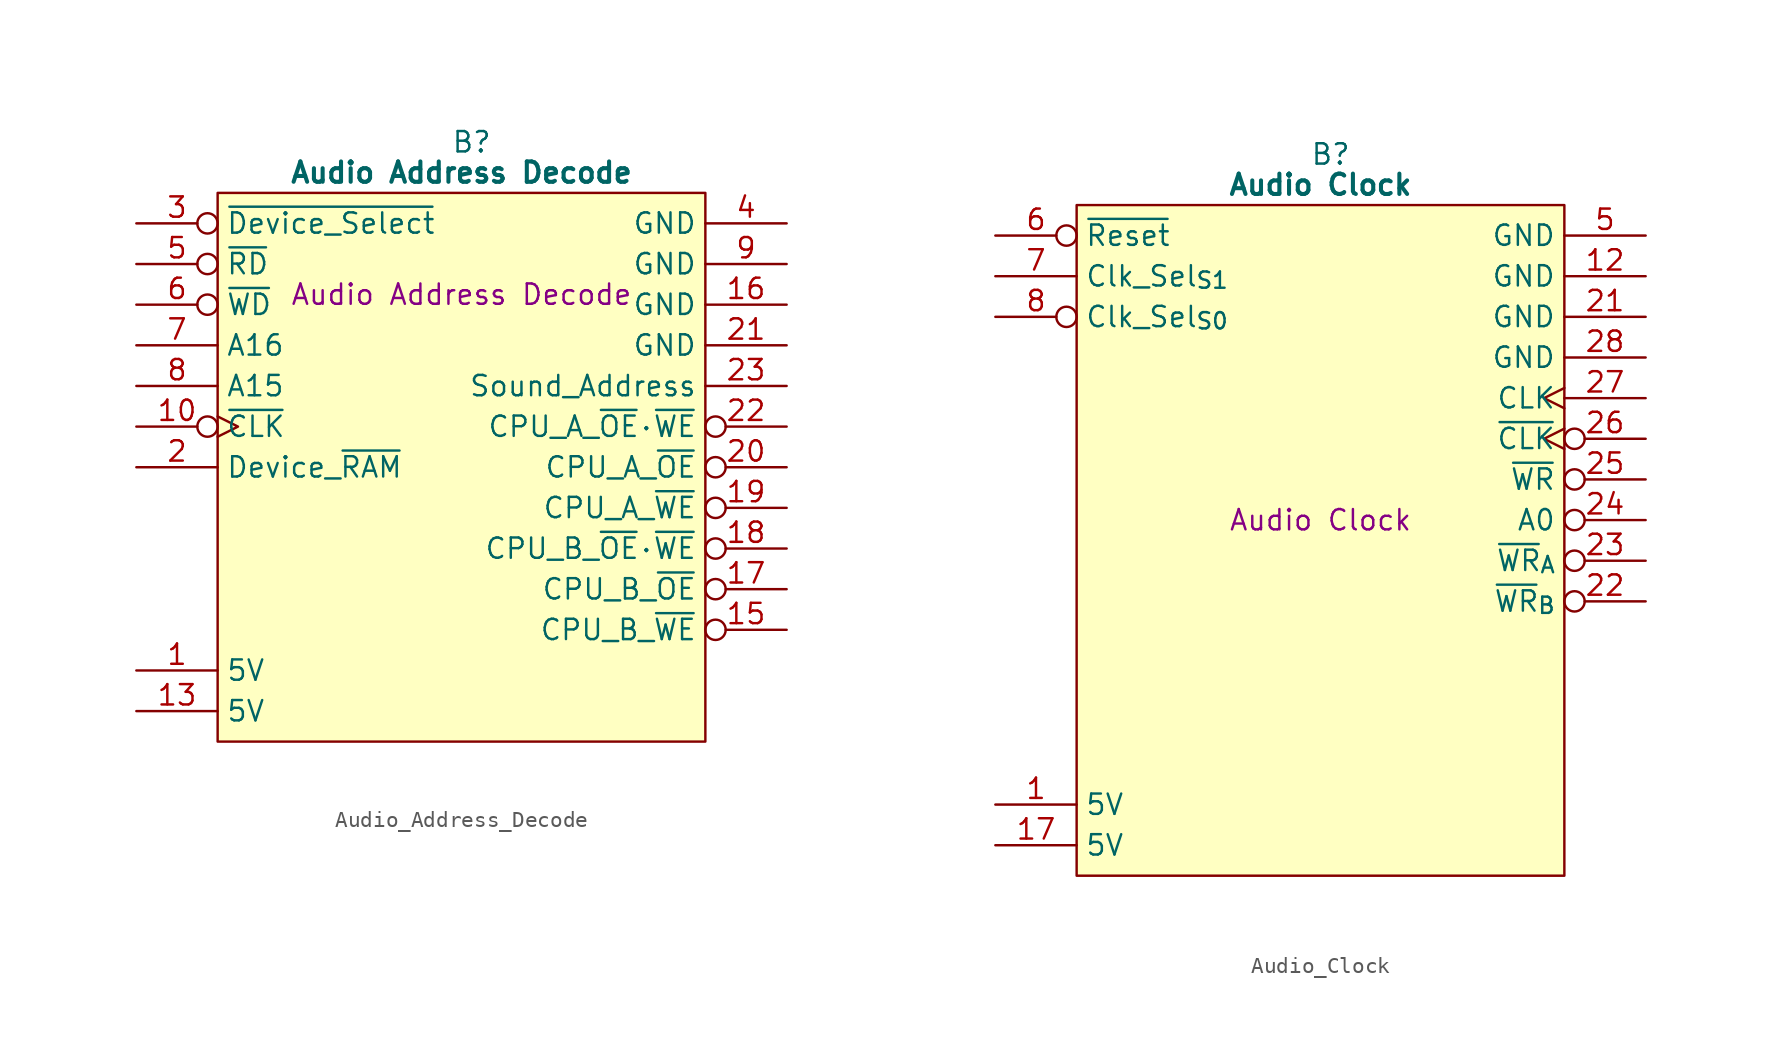
<source format=kicad_sym>
(kicad_symbol_lib
  (version 20241209)
  (generator "kicad_symbol_editor")
  (generator_version "9.0")
  (symbol "Audio_Address_Decode"
    (property "Reference" "B"
      (at 15.875 5.08 0)
      (effects (font (size 1.27 1.27))))
    (property "Value" "Audio Address Decode"
      (at 15.24 3.175 0)
      (effects (font (size 1.27 1.27) (bold yes))))
    (property "Description" "Audio Address Decode"
      (at 15.24 -4.445 0)
      (effects (font (size 1.27 1.27))))
    (symbol "Audio_Address_Decode_0_1"
      (polyline (pts (xy 0 1.905) (xy 30.48 1.905) (xy 30.48 -32.385) (xy 0 -32.385) (xy 0 1.905)) (stroke (width 0.152) (type default)) (fill (type background))))
    (symbol "Audio_Address_Decode_1_1"
      (pin input inverted (at -5.08 0 0) (length 5.08) (name "~{Device_Select}" (effects (font (size 1.27 1.27)))) (number "3" (effects (font (size 1.27 1.27)))))
      (pin input inverted (at -5.08 -2.54 0) (length 5.08) (name "~{RD}" (effects (font (size 1.27 1.27)))) (number "5" (effects (font (size 1.27 1.27)))))
      (pin input inverted (at -5.08 -5.08 0) (length 5.08) (name "~{WD}" (effects (font (size 1.27 1.27)))) (number "6" (effects (font (size 1.27 1.27)))))
      (pin input line (at -5.08 -7.62 0) (length 5.08) (name "A16" (effects (font (size 1.27 1.27)))) (number "7" (effects (font (size 1.27 1.27)))))
      (pin input line (at -5.08 -10.16 0) (length 5.08) (name "A15" (effects (font (size 1.27 1.27)))) (number "8" (effects (font (size 1.27 1.27)))))
      (pin input inverted_clock (at -5.08 -12.7 0) (length 5.08) (name "~{CLK}" (effects (font (size 1.27 1.27)))) (number "10" (effects (font (size 1.27 1.27)))))
      (pin input line (at -5.08 -15.24 0) (length 5.08) (name "Device_~{RAM}" (effects (font (size 1.27 1.27)))) (number "2" (effects (font (size 1.27 1.27)))))
      (pin no_connect line (at -5.08 -17.78 0) (length 5.08) (hide yes) (name "N.C." (effects (font (size 1.27 1.27)))) (number "11" (effects (font (size 1.27 1.27)))))
      (pin no_connect line (at -5.08 -20.32 0) (length 5.08) (hide yes) (name "N.C." (effects (font (size 1.27 1.27)))) (number "12" (effects (font (size 1.27 1.27)))))
      (pin no_connect line (at -5.08 -22.86 0) (length 5.08) (hide yes) (name "N.C." (effects (font (size 1.27 1.27)))) (number "14" (effects (font (size 1.27 1.27)))))
      (pin no_connect line (at -5.08 -25.4 0) (length 5.08) (hide yes) (name "N.C." (effects (font (size 1.27 1.27)))) (number "24" (effects (font (size 1.27 1.27)))))
      (pin passive line (at -5.08 -27.94 0) (length 5.08) (name "5V" (effects (font (size 1.27 1.27)))) (number "1" (effects (font (size 1.27 1.27)))))
      (pin passive line (at -5.08 -30.48 0) (length 5.08) (name "5V" (effects (font (size 1.27 1.27)))) (number "13" (effects (font (size 1.27 1.27)))))
      (pin passive line (at 35.56 0 180) (length 5.08) (name "GND" (effects (font (size 1.27 1.27)))) (number "4" (effects (font (size 1.27 1.27)))))
      (pin passive line (at 35.56 -2.54 180) (length 5.08) (name "GND" (effects (font (size 1.27 1.27)))) (number "9" (effects (font (size 1.27 1.27)))))
      (pin passive line (at 35.56 -5.08 180) (length 5.08) (name "GND" (effects (font (size 1.27 1.27)))) (number "16" (effects (font (size 1.27 1.27)))))
      (pin passive line (at 35.56 -7.62 180) (length 5.08) (name "GND" (effects (font (size 1.27 1.27)))) (number "21" (effects (font (size 1.27 1.27)))))
      (pin output line (at 35.56 -10.16 180) (length 5.08) (name "Sound_Address" (effects (font (size 1.27 1.27)))) (number "23" (effects (font (size 1.27 1.27)))))
      (pin output inverted (at 35.56 -12.7 180) (length 5.08) (name "CPU_A_~{OE}·~{WE}" (effects (font (size 1.27 1.27)))) (number "22" (effects (font (size 1.27 1.27)))))
      (pin output inverted (at 35.56 -15.24 180) (length 5.08) (name "CPU_A_~{OE}" (effects (font (size 1.27 1.27)))) (number "20" (effects (font (size 1.27 1.27)))))
      (pin output inverted (at 35.56 -17.78 180) (length 5.08) (name "CPU_A_~{WE}" (effects (font (size 1.27 1.27)))) (number "19" (effects (font (size 1.27 1.27)))))
      (pin output inverted (at 35.56 -20.32 180) (length 5.08) (name "CPU_B_~{OE}·~{WE}" (effects (font (size 1.27 1.27)))) (number "18" (effects (font (size 1.27 1.27)))))
      (pin output inverted (at 35.56 -22.86 180) (length 5.08) (name "CPU_B_~{OE}" (effects (font (size 1.27 1.27)))) (number "17" (effects (font (size 1.27 1.27)))))
      (pin output inverted (at 35.56 -25.4 180) (length 5.08) (name "CPU_B_~{WE}" (effects (font (size 1.27 1.27)))) (number "15" (effects (font (size 1.27 1.27)))))))
  (symbol "Audio_Clock"
    (property "Reference" "B"
      (at 15.875 5.08 0)
      (effects (font (size 1.27 1.27))))
    (property "Value" "Audio Clock"
      (at 15.24 3.175 0)
      (effects (font (size 1.27 1.27) (bold yes))))
    (property "Description" "Audio Clock"
      (at 15.24 -17.78 0)
      (effects (font (size 1.27 1.27))))
    (symbol "Audio_Clock_0_1"
      (polyline (pts (xy 0 1.905) (xy 30.48 1.905) (xy 30.48 -40.005) (xy 0 -40.005) (xy 0 1.905)) (stroke (width 0.152) (type default)) (fill (type background))))
    (symbol "Audio_Clock_1_1"
      (pin input inverted (at -5.08 0 0) (length 5.08) (name "~{Reset}" (effects (font (size 1.27 1.27)))) (number "6" (effects (font (size 1.27 1.27)))))
      (pin input line (at -5.08 -2.54 0) (length 5.08) (name "Clk_Sel_{S1}" (effects (font (size 1.27 1.27)))) (number "7" (effects (font (size 1.27 1.27)))))
      (pin input inverted (at -5.08 -5.08 0) (length 5.08) (name "Clk_Sel_{S0}" (effects (font (size 1.27 1.27)))) (number "8" (effects (font (size 1.27 1.27)))))
      (pin no_connect line (at -5.08 -7.62 0) (length 5.08) (hide yes) (name "N.C." (effects (font (size 1.27 1.27)))) (number "2" (effects (font (size 1.27 1.27)))))
      (pin no_connect line (at -5.08 -10.16 0) (length 5.08) (hide yes) (name "N.C." (effects (font (size 1.27 1.27)))) (number "3" (effects (font (size 1.27 1.27)))))
      (pin no_connect line (at -5.08 -12.7 0) (length 5.08) (hide yes) (name "N.C." (effects (font (size 1.27 1.27)))) (number "4" (effects (font (size 1.27 1.27)))))
      (pin no_connect line (at -5.08 -15.24 0) (length 5.08) (hide yes) (name "N.C." (effects (font (size 1.27 1.27)))) (number "9" (effects (font (size 1.27 1.27)))))
      (pin no_connect line (at -5.08 -17.78 0) (length 5.08) (hide yes) (name "N.C." (effects (font (size 1.27 1.27)))) (number "10" (effects (font (size 1.27 1.27)))))
      (pin no_connect line (at -5.08 -20.32 0) (length 5.08) (hide yes) (name "N.C." (effects (font (size 1.27 1.27)))) (number "11" (effects (font (size 1.27 1.27)))))
      (pin no_connect line (at -5.08 -22.86 0) (length 5.08) (hide yes) (name "N.C." (effects (font (size 1.27 1.27)))) (number "13" (effects (font (size 1.27 1.27)))))
      (pin no_connect line (at -5.08 -25.4 0) (length 5.08) (hide yes) (name "N.C." (effects (font (size 1.27 1.27)))) (number "14" (effects (font (size 1.27 1.27)))))
      (pin no_connect line (at -5.08 -27.94 0) (length 5.08) (hide yes) (name "N.C." (effects (font (size 1.27 1.27)))) (number "15" (effects (font (size 1.27 1.27)))))
      (pin no_connect line (at -5.08 -30.48 0) (length 5.08) (hide yes) (name "N.C." (effects (font (size 1.27 1.27)))) (number "16" (effects (font (size 1.27 1.27)))))
      (pin no_connect line (at -5.08 -33.02 0) (length 5.08) (hide yes) (name "N.C." (effects (font (size 1.27 1.27)))) (number "18" (effects (font (size 1.27 1.27)))))
      (pin passive line (at -5.08 -35.56 0) (length 5.08) (name "5V" (effects (font (size 1.27 1.27)))) (number "1" (effects (font (size 1.27 1.27)))))
      (pin passive line (at -5.08 -38.1 0) (length 5.08) (name "5V" (effects (font (size 1.27 1.27)))) (number "17" (effects (font (size 1.27 1.27)))))
      (pin passive line (at 35.56 0 180) (length 5.08) (name "GND" (effects (font (size 1.27 1.27)))) (number "5" (effects (font (size 1.27 1.27)))))
      (pin passive line (at 35.56 -2.54 180) (length 5.08) (name "GND" (effects (font (size 1.27 1.27)))) (number "12" (effects (font (size 1.27 1.27)))))
      (pin passive line (at 35.56 -5.08 180) (length 5.08) (name "GND" (effects (font (size 1.27 1.27)))) (number "21" (effects (font (size 1.27 1.27)))))
      (pin passive line (at 35.56 -7.62 180) (length 5.08) (name "GND" (effects (font (size 1.27 1.27)))) (number "28" (effects (font (size 1.27 1.27)))))
      (pin output clock (at 35.56 -10.16 180) (length 5.08) (name "CLK" (effects (font (size 1.27 1.27)))) (number "27" (effects (font (size 1.27 1.27)))))
      (pin output inverted_clock (at 35.56 -12.7 180) (length 5.08) (name "~{CLK}" (effects (font (size 1.27 1.27)))) (number "26" (effects (font (size 1.27 1.27)))))
      (pin output inverted (at 35.56 -15.24 180) (length 5.08) (name "~{WR}" (effects (font (size 1.27 1.27)))) (number "25" (effects (font (size 1.27 1.27)))))
      (pin output inverted (at 35.56 -17.78 180) (length 5.08) (name "A0" (effects (font (size 1.27 1.27)))) (number "24" (effects (font (size 1.27 1.27)))))
      (pin output inverted (at 35.56 -20.32 180) (length 5.08) (name "~{WR}_{A}" (effects (font (size 1.27 1.27)))) (number "23" (effects (font (size 1.27 1.27)))))
      (pin output inverted (at 35.56 -22.86 180) (length 5.08) (name "~{WR}_{B}" (effects (font (size 1.27 1.27)))) (number "22" (effects (font (size 1.27 1.27)))))
      (pin no_connect line (at 35.56 -25.4 180) (length 5.08) (hide yes) (name "N.C." (effects (font (size 1.27 1.27)))) (number "19" (effects (font (size 1.27 1.27)))))
      (pin no_connect line (at 35.56 -27.94 180) (length 5.08) (hide yes) (name "N.C." (effects (font (size 1.27 1.27)))) (number "20" (effects (font (size 1.27 1.27)))))
      (pin no_connect inverted (at 35.56 -30.48 180) (length 5.08) (hide yes) (name "N.C." (effects (font (size 1.27 1.27)))) (number "29" (effects (font (size 1.27 1.27)))))
      (pin no_connect line (at 35.56 -33.02 180) (length 5.08) (hide yes) (name "N.C." (effects (font (size 1.27 1.27)))) (number "30" (effects (font (size 1.27 1.27)))))
      (pin no_connect line (at 35.56 -35.56 180) (length 5.08) (hide yes) (name "N.C." (effects (font (size 1.27 1.27)))) (number "31" (effects (font (size 1.27 1.27)))))
      (pin no_connect line (at 35.56 -38.1 180) (length 5.08) (hide yes) (name "N.C." (effects (font (size 1.27 1.27)))) (number "32" (effects (font (size 1.27 1.27))))))))
</source>
